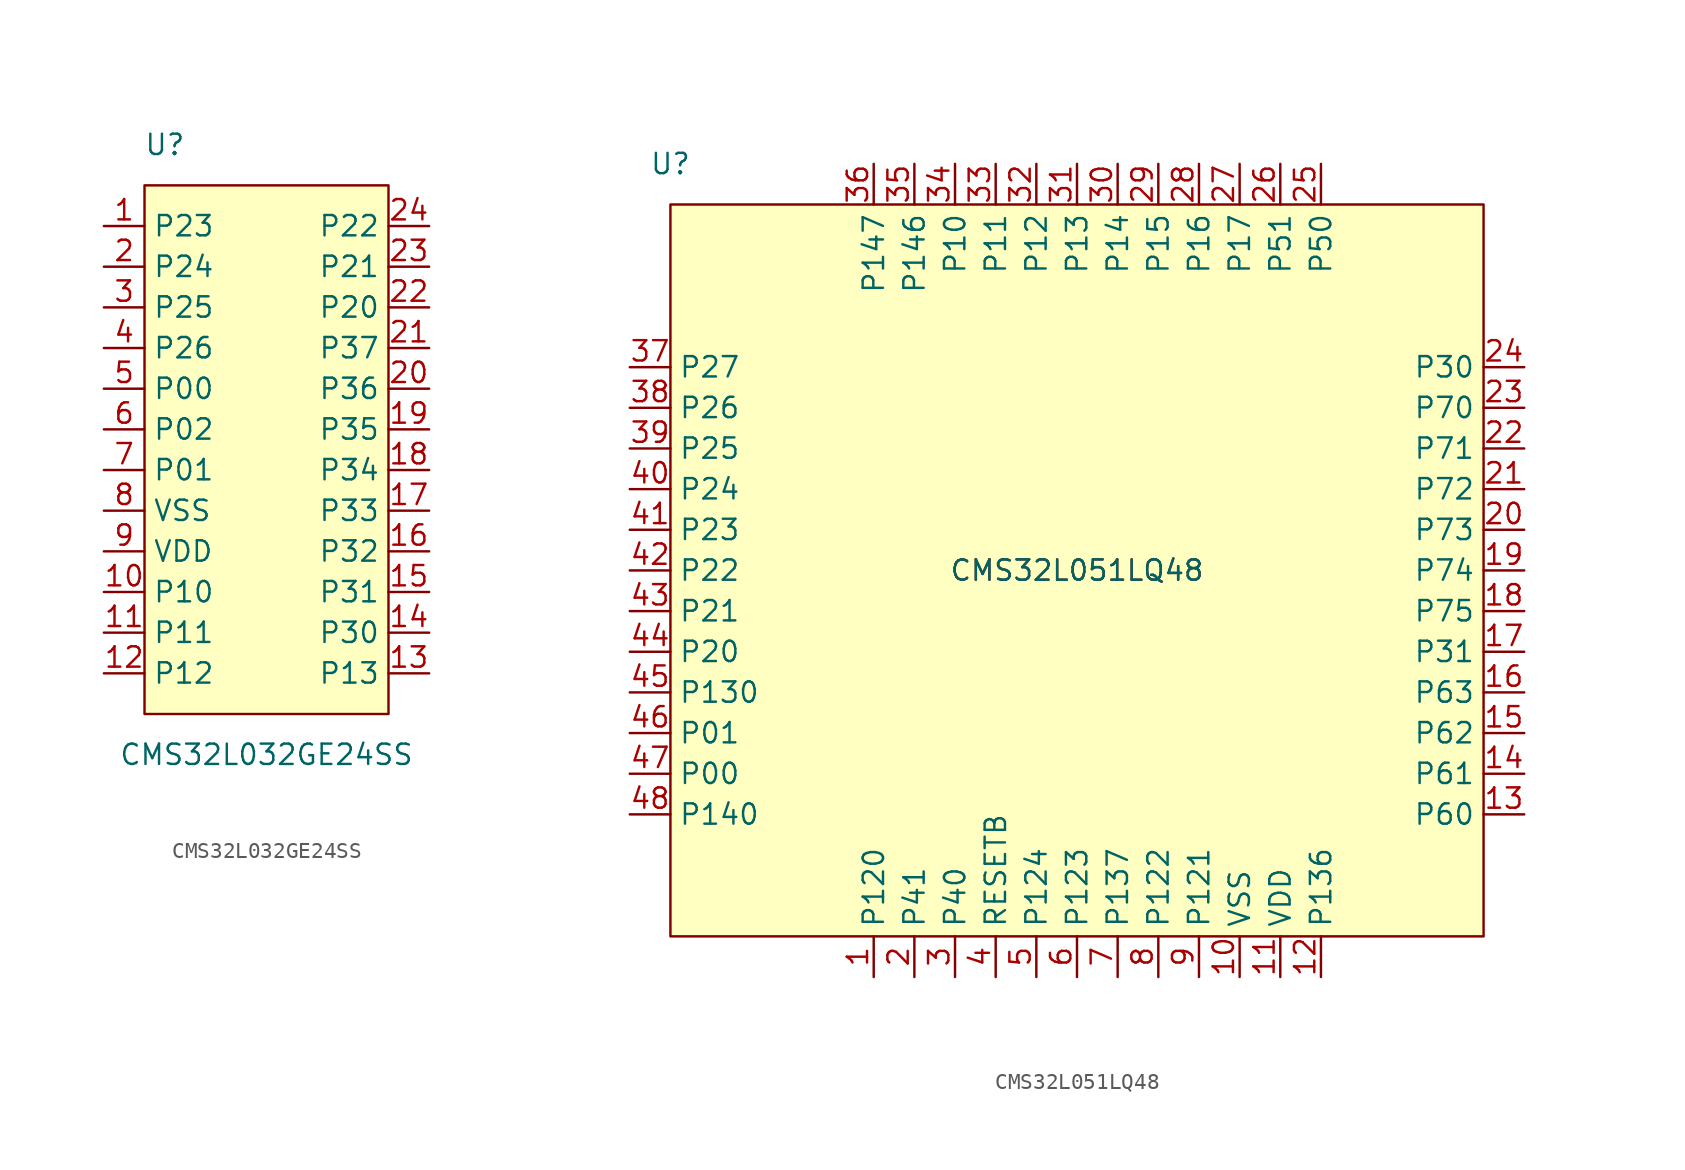
<source format=kicad_sym>
(kicad_symbol_lib
  (version 20220914)
  (generator kicad_symbol_editor)
  (symbol "CMS32L032GE24SS"
    (property "Reference" "U"
      (at -6.35 17.78 0)
      (effects (font (size 1.27 1.27))))
    (property "Value" "CMS32L032GE24SS"
      (at 0 -20.32 0)
      (effects (font (size 1.27 1.27))))
    (symbol "CMS32L032GE24SS_1_1"
      (rectangle (start -7.62 15.24) (end 7.62 -17.78) (stroke (width 0) (type default)) (fill (type background)))
      (pin bidirectional line (at -10.16 12.7 0) (length 2.54) (name "P23" (effects (font (size 1.27 1.27)))) (number "1" (effects (font (size 1.27 1.27)))) (alternate "ANI3" input line))
      (pin bidirectional line (at -10.16 -10.16 0) (length 2.54) (name "P10" (effects (font (size 1.27 1.27)))) (number "10" (effects (font (size 1.27 1.27)))) (alternate "ANI18" input line))
      (pin bidirectional line (at -10.16 -12.7 0) (length 2.54) (name "P11" (effects (font (size 1.27 1.27)))) (number "11" (effects (font (size 1.27 1.27)))) (alternate "ANI19" input line))
      (pin bidirectional line (at -10.16 -15.24 0) (length 2.54) (name "P12" (effects (font (size 1.27 1.27)))) (number "12" (effects (font (size 1.27 1.27)))) (alternate "XT1" input line))
      (pin bidirectional line (at 10.16 -15.24 180) (length 2.54) (name "P13" (effects (font (size 1.27 1.27)))) (number "13" (effects (font (size 1.27 1.27)))) (alternate "EXCLKS" input line) (alternate "XT2" input line))
      (pin bidirectional line (at 10.16 -12.7 180) (length 2.54) (name "P30" (effects (font (size 1.27 1.27)))) (number "14" (effects (font (size 1.27 1.27)))) (alternate "ANI7" input line) (alternate "KR0" input line))
      (pin bidirectional line (at 10.16 -10.16 180) (length 2.54) (name "P31" (effects (font (size 1.27 1.27)))) (number "15" (effects (font (size 1.27 1.27)))) (alternate "ANI8" input line) (alternate "KR1" input line))
      (pin bidirectional line (at 10.16 -7.62 180) (length 2.54) (name "P32" (effects (font (size 1.27 1.27)))) (number "16" (effects (font (size 1.27 1.27)))) (alternate "ANI9" input line) (alternate "KR2" input line))
      (pin bidirectional line (at 10.16 -5.08 180) (length 2.54) (name "P33" (effects (font (size 1.27 1.27)))) (number "17" (effects (font (size 1.27 1.27)))) (alternate "ANI10" input line) (alternate "KR3" input line))
      (pin bidirectional line (at 10.16 -2.54 180) (length 2.54) (name "P34" (effects (font (size 1.27 1.27)))) (number "18" (effects (font (size 1.27 1.27)))) (alternate "ANI11" input line) (alternate "KR4" input line))
      (pin bidirectional line (at 10.16 0 180) (length 2.54) (name "P35" (effects (font (size 1.27 1.27)))) (number "19" (effects (font (size 1.27 1.27)))) (alternate "ANI12" input line) (alternate "KR5" input line))
      (pin bidirectional line (at -10.16 10.16 0) (length 2.54) (name "P24" (effects (font (size 1.27 1.27)))) (number "2" (effects (font (size 1.27 1.27)))) (alternate "ANI4" input line))
      (pin bidirectional line (at 10.16 2.54 180) (length 2.54) (name "P36" (effects (font (size 1.27 1.27)))) (number "20" (effects (font (size 1.27 1.27)))) (alternate "ANI13" input line) (alternate "KR6" input line))
      (pin bidirectional line (at 10.16 5.08 180) (length 2.54) (name "P37" (effects (font (size 1.27 1.27)))) (number "21" (effects (font (size 1.27 1.27)))) (alternate "ANI14" input line) (alternate "KR7" input line))
      (pin bidirectional line (at 10.16 7.62 180) (length 2.54) (name "P20" (effects (font (size 1.27 1.27)))) (number "22" (effects (font (size 1.27 1.27)))) (alternate "ANI0" input line) (alternate "SWDIO" bidirectional line))
      (pin bidirectional line (at 10.16 10.16 180) (length 2.54) (name "P21" (effects (font (size 1.27 1.27)))) (number "23" (effects (font (size 1.27 1.27)))) (alternate "ANI1" input line) (alternate "SWDCLK" bidirectional line))
      (pin bidirectional line (at 10.16 12.7 180) (length 2.54) (name "P22" (effects (font (size 1.27 1.27)))) (number "24" (effects (font (size 1.27 1.27)))) (alternate "ANI2" input line))
      (pin bidirectional line (at -10.16 7.62 0) (length 2.54) (name "P25" (effects (font (size 1.27 1.27)))) (number "3" (effects (font (size 1.27 1.27)))) (alternate "ANI5" input line))
      (pin bidirectional line (at -10.16 5.08 0) (length 2.54) (name "P26" (effects (font (size 1.27 1.27)))) (number "4" (effects (font (size 1.27 1.27)))) (alternate "ANI6" input line))
      (pin bidirectional line (at -10.16 2.54 0) (length 2.54) (name "P00" (effects (font (size 1.27 1.27)))) (number "5" (effects (font (size 1.27 1.27)))) (alternate "ANI15" input line) (alternate "RESETB" input line))
      (pin bidirectional line (at -10.16 0 0) (length 2.54) (name "P02" (effects (font (size 1.27 1.27)))) (number "6" (effects (font (size 1.27 1.27)))) (alternate "ANI17" input line) (alternate "EXCLK" input line) (alternate "X2" output line))
      (pin bidirectional line (at -10.16 -2.54 0) (length 2.54) (name "P01" (effects (font (size 1.27 1.27)))) (number "7" (effects (font (size 1.27 1.27)))) (alternate "ANI16" input line) (alternate "X1" output line))
      (pin power_in line (at -10.16 -5.08 0) (length 2.54) (name "VSS" (effects (font (size 1.27 1.27)))) (number "8" (effects (font (size 1.27 1.27)))))
      (pin power_in line (at -10.16 -7.62 0) (length 2.54) (name "VDD" (effects (font (size 1.27 1.27)))) (number "9" (effects (font (size 1.27 1.27)))))))
  (symbol "CMS32L051LQ48"
    (property "Reference" "U"
      (at -25.4 25.4 0)
      (effects (font (size 1.27 1.27))))
    (property "Value" "CMS32L051LQ48"
      (at 0 0 0)
      (effects (font (size 1.27 1.27))))
    (symbol "CMS32L051LQ48_1_1"
      (rectangle (start -25.4 22.86) (end 25.4 -22.86) (stroke (width 0) (type default)) (fill (type background)))
      (text "CMS32L051LQ48" (at 0 0 0) (effects (font (size 1.27 1.27))))
      (pin bidirectional line (at -12.7 -25.4 90) (length 2.54) (name "P120" (effects (font (size 1.27 1.27)))) (number "1" (effects (font (size 1.27 1.27)))) (alternate "ANI14" input line))
      (pin power_in line (at 10.16 -25.4 90) (length 2.54) (name "VSS" (effects (font (size 1.27 1.27)))) (number "10" (effects (font (size 1.27 1.27)))))
      (pin power_in line (at 12.7 -25.4 90) (length 2.54) (name "VDD" (effects (font (size 1.27 1.27)))) (number "11" (effects (font (size 1.27 1.27)))))
      (pin bidirectional line (at 15.24 -25.4 90) (length 2.54) (name "P136" (effects (font (size 1.27 1.27)))) (number "12" (effects (font (size 1.27 1.27)))) (alternate "ANI36" input line) (alternate "INTP0" input line))
      (pin bidirectional line (at 27.94 -15.24 180) (length 2.54) (name "P60" (effects (font (size 1.27 1.27)))) (number "13" (effects (font (size 1.27 1.27)))) (alternate "SCLA0" input line))
      (pin bidirectional line (at 27.94 -12.7 180) (length 2.54) (name "P61" (effects (font (size 1.27 1.27)))) (number "14" (effects (font (size 1.27 1.27)))) (alternate "SDAA0" bidirectional line))
      (pin bidirectional line (at 27.94 -10.16 180) (length 2.54) (name "P62" (effects (font (size 1.27 1.27)))) (number "15" (effects (font (size 1.27 1.27)))) (alternate "ANI27" input line))
      (pin bidirectional line (at 27.94 -7.62 180) (length 2.54) (name "P63" (effects (font (size 1.27 1.27)))) (number "16" (effects (font (size 1.27 1.27)))) (alternate "ANI28" input line))
      (pin bidirectional line (at 27.94 -5.08 180) (length 2.54) (name "P31" (effects (font (size 1.27 1.27)))) (number "17" (effects (font (size 1.27 1.27)))) (alternate "ANI22" input line) (alternate "TI03" input line) (alternate "TO03" output line))
      (pin bidirectional line (at 27.94 -2.54 180) (length 2.54) (name "P75" (effects (font (size 1.27 1.27)))) (number "18" (effects (font (size 1.27 1.27)))) (alternate "ANI34" input line) (alternate "KR5" input line) (alternate "SCL01" input line) (alternate "SCLK01" input line))
      (pin bidirectional line (at 27.94 0 180) (length 2.54) (name "P74" (effects (font (size 1.27 1.27)))) (number "19" (effects (font (size 1.27 1.27)))) (alternate "ANI33" input line) (alternate "KR4" input line) (alternate "SDA01" bidirectional line) (alternate "SDI01" input line))
      (pin bidirectional line (at -10.16 -25.4 90) (length 2.54) (name "P41" (effects (font (size 1.27 1.27)))) (number "2" (effects (font (size 1.27 1.27)))))
      (pin bidirectional line (at 27.94 2.54 180) (length 2.54) (name "P73" (effects (font (size 1.27 1.27)))) (number "20" (effects (font (size 1.27 1.27)))) (alternate "ANI32" input line) (alternate "KR3" input line) (alternate "SDO01" output line))
      (pin bidirectional line (at 27.94 5.08 180) (length 2.54) (name "P72" (effects (font (size 1.27 1.27)))) (number "21" (effects (font (size 1.27 1.27)))) (alternate "ANI31" input line) (alternate "KR2" input line))
      (pin bidirectional line (at 27.94 7.62 180) (length 2.54) (name "P71" (effects (font (size 1.27 1.27)))) (number "22" (effects (font (size 1.27 1.27)))) (alternate "ANI30" input line) (alternate "KR1" input line) (alternate "SDA21" bidirectional line) (alternate "SDI21" input line))
      (pin bidirectional line (at 27.94 10.16 180) (length 2.54) (name "P70" (effects (font (size 1.27 1.27)))) (number "23" (effects (font (size 1.27 1.27)))) (alternate "ANI29" input line) (alternate "KR0" input line) (alternate "SCL21" input line) (alternate "SCLK21" input line))
      (pin bidirectional line (at 27.94 12.7 180) (length 2.54) (name "P30" (effects (font (size 1.27 1.27)))) (number "24" (effects (font (size 1.27 1.27)))) (alternate "ANI21" input line) (alternate "INTP3" input line) (alternate "RTC1HZ" input line))
      (pin bidirectional line (at 15.24 25.4 270) (length 2.54) (name "P50" (effects (font (size 1.27 1.27)))) (number "25" (effects (font (size 1.27 1.27)))) (alternate "ANI23" input line) (alternate "INTP1" input line) (alternate "SPI_~{SS}" input line))
      (pin bidirectional line (at 12.7 25.4 270) (length 2.54) (name "P51" (effects (font (size 1.27 1.27)))) (number "26" (effects (font (size 1.27 1.27)))) (alternate "ANI24" input line) (alternate "INTP2" input line) (alternate "SPI_SCK" input line))
      (pin bidirectional line (at 10.16 25.4 270) (length 2.54) (name "P17" (effects (font (size 1.27 1.27)))) (number "27" (effects (font (size 1.27 1.27)))) (alternate "ANI20" input line) (alternate "EPWMO07" output line) (alternate "SPI_MISO" output line) (alternate "TI02" input line) (alternate "TO02" output line))
      (pin bidirectional line (at 7.62 25.4 270) (length 2.54) (name "P16" (effects (font (size 1.27 1.27)))) (number "28" (effects (font (size 1.27 1.27)))) (alternate "ANI19" input line) (alternate "EPWMO06" output line) (alternate "SPI_MOSI" input line) (alternate "TI01" input line) (alternate "TO01" input line))
      (pin bidirectional line (at 5.08 25.4 270) (length 2.54) (name "P15" (effects (font (size 1.27 1.27)))) (number "29" (effects (font (size 1.27 1.27)))) (alternate "ANI18" input line) (alternate "CLKBUZ1" input line) (alternate "EPWMO05" output line))
      (pin bidirectional line (at -7.62 -25.4 90) (length 2.54) (name "P40" (effects (font (size 1.27 1.27)))) (number "3" (effects (font (size 1.27 1.27)))) (alternate "SWDIO" bidirectional line))
      (pin bidirectional line (at 2.54 25.4 270) (length 2.54) (name "P14" (effects (font (size 1.27 1.27)))) (number "30" (effects (font (size 1.27 1.27)))) (alternate "ANI17" input line) (alternate "EPWMO04" output line) (alternate "SDA20" bidirectional line))
      (pin bidirectional line (at 0 25.4 270) (length 2.54) (name "P13" (effects (font (size 1.27 1.27)))) (number "31" (effects (font (size 1.27 1.27)))) (alternate "ANI16" input line) (alternate "EPWMO03" output line))
      (pin bidirectional line (at -2.54 25.4 270) (length 2.54) (name "P12" (effects (font (size 1.27 1.27)))) (number "32" (effects (font (size 1.27 1.27)))) (alternate "ANI13" input line) (alternate "EPWMO02" output line) (alternate "SDO11" output line))
      (pin bidirectional line (at -5.08 25.4 270) (length 2.54) (name "P11" (effects (font (size 1.27 1.27)))) (number "33" (effects (font (size 1.27 1.27)))) (alternate "ANI8" input line) (alternate "EPWMO01" output line) (alternate "SDA11" bidirectional line) (alternate "SDI11" input line))
      (pin bidirectional line (at -7.62 25.4 270) (length 2.54) (name "P10" (effects (font (size 1.27 1.27)))) (number "34" (effects (font (size 1.27 1.27)))) (alternate "ANI9" input line) (alternate "EPWMO00" output line) (alternate "SCL11" input clock) (alternate "SCLK" input clock))
      (pin bidirectional line (at -10.16 25.4 270) (length 2.54) (name "P146" (effects (font (size 1.27 1.27)))) (number "35" (effects (font (size 1.27 1.27)))) (alternate "ANI15" input line))
      (pin bidirectional line (at -12.7 25.4 270) (length 2.54) (name "P147" (effects (font (size 1.27 1.27)))) (number "36" (effects (font (size 1.27 1.27)))) (alternate "ANI12" input line))
      (pin bidirectional line (at -27.94 12.7 0) (length 2.54) (name "P27" (effects (font (size 1.27 1.27)))) (number "37" (effects (font (size 1.27 1.27)))) (alternate "ANI7" input line))
      (pin bidirectional line (at -27.94 10.16 0) (length 2.54) (name "P26" (effects (font (size 1.27 1.27)))) (number "38" (effects (font (size 1.27 1.27)))) (alternate "ANI6" input line))
      (pin bidirectional line (at -27.94 7.62 0) (length 2.54) (name "P25" (effects (font (size 1.27 1.27)))) (number "39" (effects (font (size 1.27 1.27)))) (alternate "ANI5" input line))
      (pin bidirectional line (at -5.08 -25.4 90) (length 2.54) (name "RESETB" (effects (font (size 1.27 1.27)))) (number "4" (effects (font (size 1.27 1.27)))))
      (pin bidirectional line (at -27.94 5.08 0) (length 2.54) (name "P24" (effects (font (size 1.27 1.27)))) (number "40" (effects (font (size 1.27 1.27)))) (alternate "ANI4" input line))
      (pin bidirectional line (at -27.94 2.54 0) (length 2.54) (name "P23" (effects (font (size 1.27 1.27)))) (number "41" (effects (font (size 1.27 1.27)))) (alternate "ANI3" input line))
      (pin bidirectional line (at -27.94 0 0) (length 2.54) (name "P22" (effects (font (size 1.27 1.27)))) (number "42" (effects (font (size 1.27 1.27)))) (alternate "ANI2" input line))
      (pin bidirectional line (at -27.94 -2.54 0) (length 2.54) (name "P21" (effects (font (size 1.27 1.27)))) (number "43" (effects (font (size 1.27 1.27)))) (alternate "ANI1" input line))
      (pin bidirectional line (at -27.94 -5.08 0) (length 2.54) (name "P20" (effects (font (size 1.27 1.27)))) (number "44" (effects (font (size 1.27 1.27)))) (alternate "ANI0" input line))
      (pin bidirectional line (at -27.94 -7.62 0) (length 2.54) (name "P130" (effects (font (size 1.27 1.27)))) (number "45" (effects (font (size 1.27 1.27)))) (alternate "ANI35" input line))
      (pin bidirectional line (at -27.94 -10.16 0) (length 2.54) (name "P01" (effects (font (size 1.27 1.27)))) (number "46" (effects (font (size 1.27 1.27)))) (alternate "ANI0" input line) (alternate "TO00" output line))
      (pin bidirectional line (at -27.94 -12.7 0) (length 2.54) (name "P00" (effects (font (size 1.27 1.27)))) (number "47" (effects (font (size 1.27 1.27)))) (alternate "ANI11" input line) (alternate "TI00" input line))
      (pin bidirectional line (at -27.94 -15.24 0) (length 2.54) (name "P140" (effects (font (size 1.27 1.27)))) (number "48" (effects (font (size 1.27 1.27)))))
      (pin bidirectional line (at -2.54 -25.4 90) (length 2.54) (name "P124" (effects (font (size 1.27 1.27)))) (number "5" (effects (font (size 1.27 1.27)))) (alternate "EXCLKS" input line) (alternate "XT2" input line))
      (pin bidirectional line (at 0 -25.4 90) (length 2.54) (name "P123" (effects (font (size 1.27 1.27)))) (number "6" (effects (font (size 1.27 1.27)))) (alternate "XT1" input line))
      (pin bidirectional line (at 2.54 -25.4 90) (length 2.54) (name "P137" (effects (font (size 1.27 1.27)))) (number "7" (effects (font (size 1.27 1.27)))) (alternate "SWCLK" input line))
      (pin bidirectional line (at 5.08 -25.4 90) (length 2.54) (name "P122" (effects (font (size 1.27 1.27)))) (number "8" (effects (font (size 1.27 1.27)))) (alternate "EXCLK" input line) (alternate "X2" input line))
      (pin bidirectional line (at 7.62 -25.4 90) (length 2.54) (name "P121" (effects (font (size 1.27 1.27)))) (number "9" (effects (font (size 1.27 1.27)))) (alternate "X1" input line)))))
</source>
